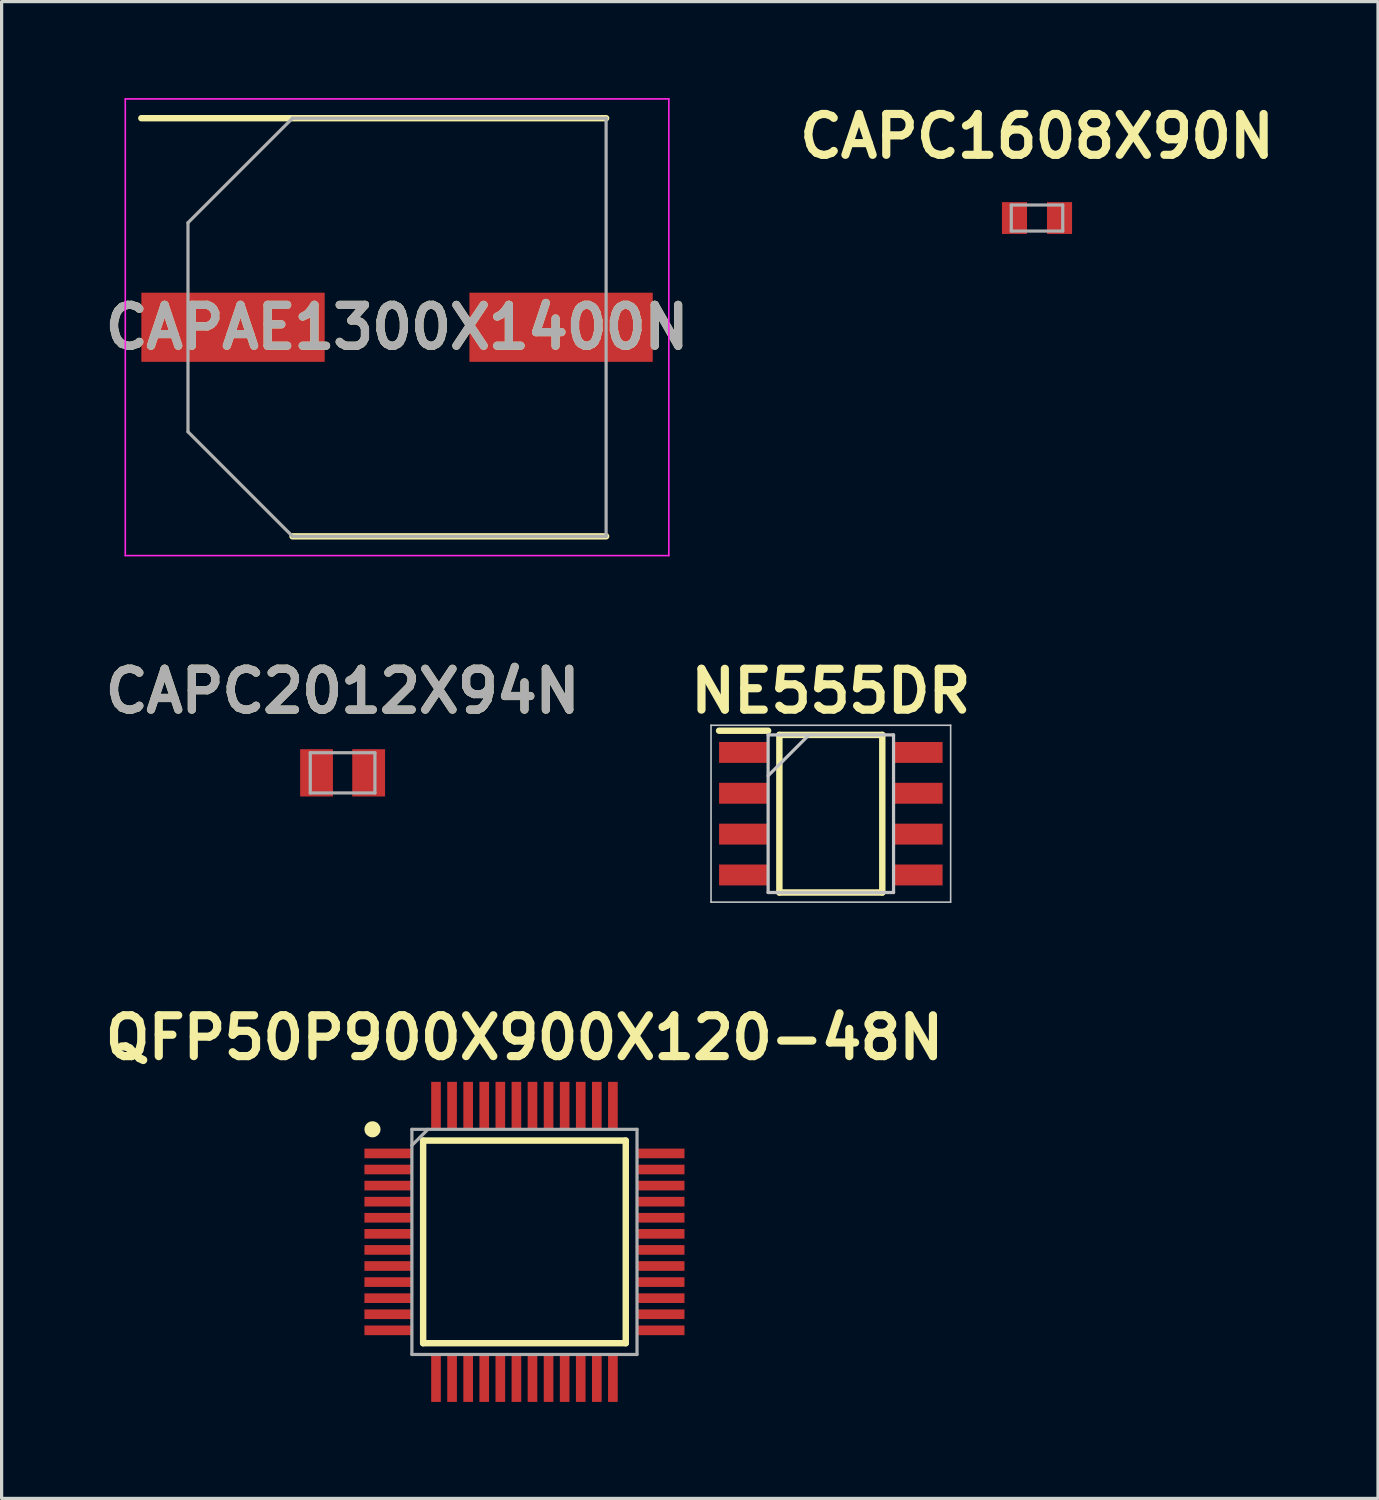
<source format=kicad_pcb>
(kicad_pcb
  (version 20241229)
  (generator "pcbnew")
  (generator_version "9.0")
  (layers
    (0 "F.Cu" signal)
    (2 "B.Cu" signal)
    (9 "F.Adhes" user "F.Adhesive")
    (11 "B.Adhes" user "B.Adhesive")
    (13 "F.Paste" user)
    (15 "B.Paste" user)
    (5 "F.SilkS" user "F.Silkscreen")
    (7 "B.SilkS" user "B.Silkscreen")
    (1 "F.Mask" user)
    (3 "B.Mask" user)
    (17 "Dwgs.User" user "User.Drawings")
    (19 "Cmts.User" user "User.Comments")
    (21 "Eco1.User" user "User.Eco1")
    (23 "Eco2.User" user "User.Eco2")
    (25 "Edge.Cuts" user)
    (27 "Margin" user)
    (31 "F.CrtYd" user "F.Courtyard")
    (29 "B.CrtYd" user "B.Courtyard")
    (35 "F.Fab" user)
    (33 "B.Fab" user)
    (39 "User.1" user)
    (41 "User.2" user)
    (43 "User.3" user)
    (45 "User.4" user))
  (footprint "CAPC2012X94N"
    (layer "F.Cu")
    (at 7.602 20.979)
    (property "Reference" "CAPC2012X94N" (at 0 -2.54 0) (layer "F.SilkS") (effects (font (size 1.27 1.27) (thickness 0.254))))
    (attr smd)
    (fp_line (start -1.005 -0.625) (end 1.005 -0.625) (stroke (width 0.1) (type solid)) (layer "F.Fab"))
    (fp_line (start -1.005 0.625) (end -1.005 -0.625) (stroke (width 0.1) (type solid)) (layer "F.Fab"))
    (fp_line (start 1.005 -0.625) (end 1.005 0.625) (stroke (width 0.1) (type solid)) (layer "F.Fab"))
    (fp_line (start 1.005 0.625) (end -1.005 0.625) (stroke (width 0.1) (type solid)) (layer "F.Fab"))
    (fp_text user "${REFERENCE}" (at 0 -2.54 0) (layer "F.Fab") (effects (font (size 1.27 1.27) (thickness 0.254))))
    (pad "1" smd rect (at -0.81 0) (size 1.02 1.47) (layers "F.Cu" "F.Mask" "F.Paste"))
    (pad "2" smd rect (at 0.81 0) (size 1.02 1.47) (layers "F.Cu" "F.Mask" "F.Paste")))
  (footprint "CAPC1608X90N"
    (layer "F.Cu")
    (at 29.192 3.729)
    (property "Reference" "CAPC1608X90N" (at 0 -2.54 0) (layer "F.SilkS") (effects (font (size 1.27 1.27) (thickness 0.254))))
    (attr smd)
    (fp_line (start -0.8 -0.405) (end 0.8 -0.405) (stroke (width 0.1) (type solid)) (layer "F.Fab"))
    (fp_line (start -0.8 0.405) (end -0.8 -0.405) (stroke (width 0.1) (type solid)) (layer "F.Fab"))
    (fp_line (start 0.8 -0.405) (end 0.8 0.405) (stroke (width 0.1) (type solid)) (layer "F.Fab"))
    (fp_line (start 0.8 0.405) (end -0.8 0.405) (stroke (width 0.1) (type solid)) (layer "F.Fab"))
    (pad "1" smd rect (at -0.7 0) (size 0.78 0.99) (layers "F.Cu" "F.Mask" "F.Paste"))
    (pad "2" smd rect (at 0.7 0) (size 0.78 0.99) (layers "F.Cu" "F.Mask" "F.Paste")))
  (footprint "CAPAE1300X1400N"
    (layer "F.Cu")
    (at 9.295 7.125)
    (property "Reference" "CAPAE1300X1400N" (at 0 0 0) (layer "F.SilkS") (effects (font (size 1.27 1.27) (thickness 0.254))))
    (attr smd)
    (fp_line (start -7.95 -6.5) (end 6.5 -6.5) (stroke (width 0.2) (type solid)) (layer "F.SilkS"))
    (fp_line (start -3.25 6.5) (end 6.5 6.5) (stroke (width 0.2) (type solid)) (layer "F.SilkS"))
    (fp_line (start -8.45 -7.1) (end 8.45 -7.1) (stroke (width 0.05) (type solid)) (layer "F.CrtYd"))
    (fp_line (start -8.45 7.1) (end -8.45 -7.1) (stroke (width 0.05) (type solid)) (layer "F.CrtYd"))
    (fp_line (start 8.45 -7.1) (end 8.45 7.1) (stroke (width 0.05) (type solid)) (layer "F.CrtYd"))
    (fp_line (start 8.45 7.1) (end -8.45 7.1) (stroke (width 0.05) (type solid)) (layer "F.CrtYd"))
    (fp_line (start -6.5 -3.25) (end -6.5 3.25) (stroke (width 0.1) (type solid)) (layer "F.Fab"))
    (fp_line (start -6.5 3.25) (end -3.25 6.5) (stroke (width 0.1) (type solid)) (layer "F.Fab"))
    (fp_line (start -3.25 -6.5) (end -6.5 -3.25) (stroke (width 0.1) (type solid)) (layer "F.Fab"))
    (fp_line (start -3.25 6.5) (end 6.5 6.5) (stroke (width 0.1) (type solid)) (layer "F.Fab"))
    (fp_line (start 6.5 -6.5) (end -3.25 -6.5) (stroke (width 0.1) (type solid)) (layer "F.Fab"))
    (fp_line (start 6.5 6.5) (end 6.5 -6.5) (stroke (width 0.1) (type solid)) (layer "F.Fab"))
    (fp_text user "${REFERENCE}" (at 0 0 0) (layer "F.Fab") (effects (font (size 1.27 1.27) (thickness 0.254))))
    (pad "1" smd rect (at -5.1 0 90) (size 2.15 5.7) (layers "F.Cu" "F.Mask" "F.Paste"))
    (pad "2" smd rect (at 5.1 0 90) (size 2.15 5.7) (layers "F.Cu" "F.Mask" "F.Paste")))
  (footprint "NE555DR"
    (layer "F.Cu")
    (at 22.782 22.249)
    (property "Reference" "NE555DR" (at 0 -3.81 0) (layer "F.SilkS") (effects (font (size 1.27 1.27) (thickness 0.254))))
    (attr smd)
    (fp_line (start -3.475 -2.58) (end -1.95 -2.58) (stroke (width 0.2) (type solid)) (layer "F.SilkS"))
    (fp_line (start -1.6 -2.45) (end 1.6 -2.45) (stroke (width 0.2) (type solid)) (layer "F.SilkS"))
    (fp_line (start -1.6 2.45) (end -1.6 -2.45) (stroke (width 0.2) (type solid)) (layer "F.SilkS"))
    (fp_line (start 1.6 -2.45) (end 1.6 2.45) (stroke (width 0.2) (type solid)) (layer "F.SilkS"))
    (fp_line (start 1.6 2.45) (end -1.6 2.45) (stroke (width 0.2) (type solid)) (layer "F.SilkS"))
    (fp_line (start -3.725 -2.75) (end 3.725 -2.75) (stroke (width 0.05) (type solid)) (layer "Dwgs.User"))
    (fp_line (start -3.725 2.75) (end -3.725 -2.75) (stroke (width 0.05) (type solid)) (layer "Dwgs.User"))
    (fp_line (start -1.95 -2.45) (end 1.95 -2.45) (stroke (width 0.1) (type solid)) (layer "Dwgs.User"))
    (fp_line (start -1.95 -1.18) (end -0.68 -2.45) (stroke (width 0.1) (type solid)) (layer "Dwgs.User"))
    (fp_line (start -1.95 2.45) (end -1.95 -2.45) (stroke (width 0.1) (type solid)) (layer "Dwgs.User"))
    (fp_line (start 1.95 -2.45) (end 1.95 2.45) (stroke (width 0.1) (type solid)) (layer "Dwgs.User"))
    (fp_line (start 1.95 2.45) (end -1.95 2.45) (stroke (width 0.1) (type solid)) (layer "Dwgs.User"))
    (fp_line (start 3.725 -2.75) (end 3.725 2.75) (stroke (width 0.05) (type solid)) (layer "Dwgs.User"))
    (fp_line (start 3.725 2.75) (end -3.725 2.75) (stroke (width 0.05) (type solid)) (layer "Dwgs.User"))
    (pad "1" smd rect (at -2.712 -1.905 90) (size 0.65 1.525) (layers "F.Cu" "F.Paste"))
    (pad "2" smd rect (at -2.712 -0.635 90) (size 0.65 1.525) (layers "F.Cu" "F.Paste"))
    (pad "3" smd rect (at -2.712 0.635 90) (size 0.65 1.525) (layers "F.Cu" "F.Paste"))
    (pad "4" smd rect (at -2.712 1.905 90) (size 0.65 1.525) (layers "F.Cu" "F.Paste"))
    (pad "5" smd rect (at 2.712 1.905 90) (size 0.65 1.525) (layers "F.Cu" "F.Paste"))
    (pad "6" smd rect (at 2.712 0.635 90) (size 0.65 1.525) (layers "F.Cu" "F.Paste"))
    (pad "7" smd rect (at 2.712 -0.635 90) (size 0.65 1.525) (layers "F.Cu" "F.Paste"))
    (pad "8" smd rect (at 2.712 -1.905 90) (size 0.65 1.525) (layers "F.Cu" "F.Paste")))
  (footprint "QFP50P900X900X120-48N"
    (layer "F.Cu")
    (at 13.256 35.562)
    (property "Reference" "QFP50P900X900X120-48N" (at 0 -6.35 0) (layer "F.SilkS") (effects (font (size 1.27 1.27) (thickness 0.254))))
    (attr smd)
    (fp_line (start -3.15 -3.15) (end 3.15 -3.15) (stroke (width 0.2) (type solid)) (layer "F.SilkS"))
    (fp_line (start -3.15 3.15) (end -3.15 -3.15) (stroke (width 0.2) (type solid)) (layer "F.SilkS"))
    (fp_line (start 3.15 -3.15) (end 3.15 3.15) (stroke (width 0.2) (type solid)) (layer "F.SilkS"))
    (fp_line (start 3.15 3.15) (end -3.15 3.15) (stroke (width 0.2) (type solid)) (layer "F.SilkS"))
    (fp_circle (center -4.725 -3.5) (end -4.725 -3.375) (stroke (width 0.25) (type solid)) (fill no) (layer "F.SilkS"))
    (fp_line (start -3.5 -3.5) (end 3.5 -3.5) (stroke (width 0.1) (type solid)) (layer "F.Fab"))
    (fp_line (start -3.5 -3) (end -3 -3.5) (stroke (width 0.1) (type solid)) (layer "F.Fab"))
    (fp_line (start -3.5 3.5) (end -3.5 -3.5) (stroke (width 0.1) (type solid)) (layer "F.Fab"))
    (fp_line (start 3.5 -3.5) (end 3.5 3.5) (stroke (width 0.1) (type solid)) (layer "F.Fab"))
    (fp_line (start 3.5 3.5) (end -3.5 3.5) (stroke (width 0.1) (type solid)) (layer "F.Fab"))
    (pad "1" smd rect (at -4.238 -2.75 90) (size 0.3 1.475) (layers "F.Cu" "F.Mask" "F.Paste"))
    (pad "2" smd rect (at -4.238 -2.25 90) (size 0.3 1.475) (layers "F.Cu" "F.Mask" "F.Paste"))
    (pad "3" smd rect (at -4.238 -1.75 90) (size 0.3 1.475) (layers "F.Cu" "F.Mask" "F.Paste"))
    (pad "4" smd rect (at -4.238 -1.25 90) (size 0.3 1.475) (layers "F.Cu" "F.Mask" "F.Paste"))
    (pad "5" smd rect (at -4.238 -0.75 90) (size 0.3 1.475) (layers "F.Cu" "F.Mask" "F.Paste"))
    (pad "6" smd rect (at -4.238 -0.25 90) (size 0.3 1.475) (layers "F.Cu" "F.Mask" "F.Paste"))
    (pad "7" smd rect (at -4.238 0.25 90) (size 0.3 1.475) (layers "F.Cu" "F.Mask" "F.Paste"))
    (pad "8" smd rect (at -4.238 0.75 90) (size 0.3 1.475) (layers "F.Cu" "F.Mask" "F.Paste"))
    (pad "9" smd rect (at -4.238 1.25 90) (size 0.3 1.475) (layers "F.Cu" "F.Mask" "F.Paste"))
    (pad "10" smd rect (at -4.238 1.75 90) (size 0.3 1.475) (layers "F.Cu" "F.Mask" "F.Paste"))
    (pad "11" smd rect (at -4.238 2.25 90) (size 0.3 1.475) (layers "F.Cu" "F.Mask" "F.Paste"))
    (pad "12" smd rect (at -4.238 2.75 90) (size 0.3 1.475) (layers "F.Cu" "F.Mask" "F.Paste"))
    (pad "13" smd rect (at -2.75 4.238) (size 0.3 1.475) (layers "F.Cu" "F.Mask" "F.Paste"))
    (pad "14" smd rect (at -2.25 4.238) (size 0.3 1.475) (layers "F.Cu" "F.Mask" "F.Paste"))
    (pad "15" smd rect (at -1.75 4.238) (size 0.3 1.475) (layers "F.Cu" "F.Mask" "F.Paste"))
    (pad "16" smd rect (at -1.25 4.238) (size 0.3 1.475) (layers "F.Cu" "F.Mask" "F.Paste"))
    (pad "17" smd rect (at -0.75 4.238) (size 0.3 1.475) (layers "F.Cu" "F.Mask" "F.Paste"))
    (pad "18" smd rect (at -0.25 4.238) (size 0.3 1.475) (layers "F.Cu" "F.Mask" "F.Paste"))
    (pad "19" smd rect (at 0.25 4.238) (size 0.3 1.475) (layers "F.Cu" "F.Mask" "F.Paste"))
    (pad "20" smd rect (at 0.75 4.238) (size 0.3 1.475) (layers "F.Cu" "F.Mask" "F.Paste"))
    (pad "21" smd rect (at 1.25 4.238) (size 0.3 1.475) (layers "F.Cu" "F.Mask" "F.Paste"))
    (pad "22" smd rect (at 1.75 4.238) (size 0.3 1.475) (layers "F.Cu" "F.Mask" "F.Paste"))
    (pad "23" smd rect (at 2.25 4.238) (size 0.3 1.475) (layers "F.Cu" "F.Mask" "F.Paste"))
    (pad "24" smd rect (at 2.75 4.238) (size 0.3 1.475) (layers "F.Cu" "F.Mask" "F.Paste"))
    (pad "25" smd rect (at 4.238 2.75 90) (size 0.3 1.475) (layers "F.Cu" "F.Mask" "F.Paste"))
    (pad "26" smd rect (at 4.238 2.25 90) (size 0.3 1.475) (layers "F.Cu" "F.Mask" "F.Paste"))
    (pad "27" smd rect (at 4.238 1.75 90) (size 0.3 1.475) (layers "F.Cu" "F.Mask" "F.Paste"))
    (pad "28" smd rect (at 4.238 1.25 90) (size 0.3 1.475) (layers "F.Cu" "F.Mask" "F.Paste"))
    (pad "29" smd rect (at 4.238 0.75 90) (size 0.3 1.475) (layers "F.Cu" "F.Mask" "F.Paste"))
    (pad "30" smd rect (at 4.238 0.25 90) (size 0.3 1.475) (layers "F.Cu" "F.Mask" "F.Paste"))
    (pad "31" smd rect (at 4.238 -0.25 90) (size 0.3 1.475) (layers "F.Cu" "F.Mask" "F.Paste"))
    (pad "32" smd rect (at 4.238 -0.75 90) (size 0.3 1.475) (layers "F.Cu" "F.Mask" "F.Paste"))
    (pad "33" smd rect (at 4.238 -1.25 90) (size 0.3 1.475) (layers "F.Cu" "F.Mask" "F.Paste"))
    (pad "34" smd rect (at 4.238 -1.75 90) (size 0.3 1.475) (layers "F.Cu" "F.Mask" "F.Paste"))
    (pad "35" smd rect (at 4.238 -2.25 90) (size 0.3 1.475) (layers "F.Cu" "F.Mask" "F.Paste"))
    (pad "36" smd rect (at 4.238 -2.75 90) (size 0.3 1.475) (layers "F.Cu" "F.Mask" "F.Paste"))
    (pad "37" smd rect (at 2.75 -4.238) (size 0.3 1.475) (layers "F.Cu" "F.Mask" "F.Paste"))
    (pad "38" smd rect (at 2.25 -4.238) (size 0.3 1.475) (layers "F.Cu" "F.Mask" "F.Paste"))
    (pad "39" smd rect (at 1.75 -4.238) (size 0.3 1.475) (layers "F.Cu" "F.Mask" "F.Paste"))
    (pad "40" smd rect (at 1.25 -4.238) (size 0.3 1.475) (layers "F.Cu" "F.Mask" "F.Paste"))
    (pad "41" smd rect (at 0.75 -4.238) (size 0.3 1.475) (layers "F.Cu" "F.Mask" "F.Paste"))
    (pad "42" smd rect (at 0.25 -4.238) (size 0.3 1.475) (layers "F.Cu" "F.Mask" "F.Paste"))
    (pad "43" smd rect (at -0.25 -4.238) (size 0.3 1.475) (layers "F.Cu" "F.Mask" "F.Paste"))
    (pad "44" smd rect (at -0.75 -4.238) (size 0.3 1.475) (layers "F.Cu" "F.Mask" "F.Paste"))
    (pad "45" smd rect (at -1.25 -4.238) (size 0.3 1.475) (layers "F.Cu" "F.Mask" "F.Paste"))
    (pad "46" smd rect (at -1.75 -4.238) (size 0.3 1.475) (layers "F.Cu" "F.Mask" "F.Paste"))
    (pad "47" smd rect (at -2.25 -4.238) (size 0.3 1.475) (layers "F.Cu" "F.Mask" "F.Paste"))
    (pad "48" smd rect (at -2.75 -4.238) (size 0.3 1.475) (layers "F.Cu" "F.Mask" "F.Paste")))
  (gr_rect
    (start -3 -3)
    (end 39.794 43.538)
    (stroke (width 0.1) (type default))
    (fill no)
    (layer "Edge.Cuts")))
</source>
